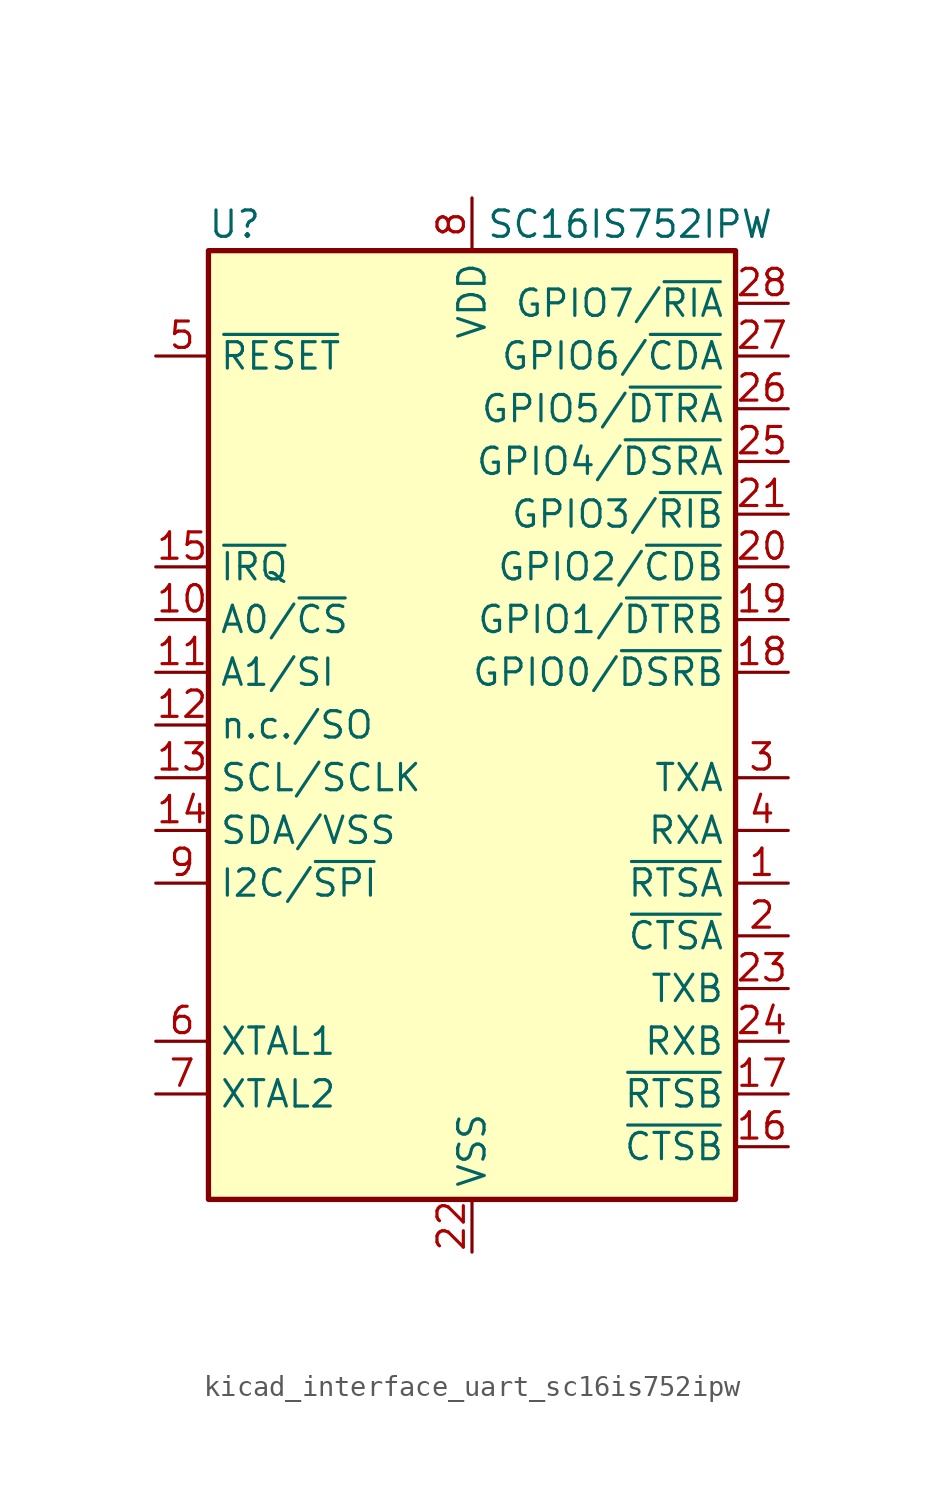
<source format=kicad_sym>
(kicad_symbol_lib
  (version 20220914)
  (generator kicad_symbol_editor)
  (symbol "kicad_interface_uart_sc16is752ipw"
    (property "Reference" "U"
      (at -11.43 24.13 0)
      (effects (font (size 1.27 1.27))))
    (property "Value" "SC16IS752IPW"
      (at 7.62 24.13 0)
      (effects (font (size 1.27 1.27))))
    (symbol "kicad_interface_uart_sc16is752ipw_0_1"
      (rectangle (start -12.7 22.86) (end 12.7 -22.86) (stroke (width 0.254) (type default)) (fill (type background))))
    (symbol "kicad_interface_uart_sc16is752ipw_1_1"
      (pin output line (at 15.24 -7.62 180) (length 2.54) (name "~{RTSA}" (effects (font (size 1.27 1.27)))) (number "1" (effects (font (size 1.27 1.27)))))
      (pin input line (at -15.24 5.08 0) (length 2.54) (name "A0/~{CS}" (effects (font (size 1.27 1.27)))) (number "10" (effects (font (size 1.27 1.27)))))
      (pin input line (at -15.24 2.54 0) (length 2.54) (name "A1/SI" (effects (font (size 1.27 1.27)))) (number "11" (effects (font (size 1.27 1.27)))))
      (pin output line (at -15.24 0 0) (length 2.54) (name "n.c./SO" (effects (font (size 1.27 1.27)))) (number "12" (effects (font (size 1.27 1.27)))))
      (pin input line (at -15.24 -2.54 0) (length 2.54) (name "SCL/SCLK" (effects (font (size 1.27 1.27)))) (number "13" (effects (font (size 1.27 1.27)))))
      (pin bidirectional line (at -15.24 -5.08 0) (length 2.54) (name "SDA/VSS" (effects (font (size 1.27 1.27)))) (number "14" (effects (font (size 1.27 1.27)))))
      (pin open_collector line (at -15.24 7.62 0) (length 2.54) (name "~{IRQ}" (effects (font (size 1.27 1.27)))) (number "15" (effects (font (size 1.27 1.27)))))
      (pin input line (at 15.24 -20.32 180) (length 2.54) (name "~{CTSB}" (effects (font (size 1.27 1.27)))) (number "16" (effects (font (size 1.27 1.27)))))
      (pin output line (at 15.24 -17.78 180) (length 2.54) (name "~{RTSB}" (effects (font (size 1.27 1.27)))) (number "17" (effects (font (size 1.27 1.27)))))
      (pin bidirectional line (at 15.24 2.54 180) (length 2.54) (name "GPIO0/~{DSRB}" (effects (font (size 1.27 1.27)))) (number "18" (effects (font (size 1.27 1.27)))))
      (pin bidirectional line (at 15.24 5.08 180) (length 2.54) (name "GPIO1/~{DTRB}" (effects (font (size 1.27 1.27)))) (number "19" (effects (font (size 1.27 1.27)))))
      (pin input line (at 15.24 -10.16 180) (length 2.54) (name "~{CTSA}" (effects (font (size 1.27 1.27)))) (number "2" (effects (font (size 1.27 1.27)))))
      (pin bidirectional line (at 15.24 7.62 180) (length 2.54) (name "GPIO2/~{CDB}" (effects (font (size 1.27 1.27)))) (number "20" (effects (font (size 1.27 1.27)))))
      (pin bidirectional line (at 15.24 10.16 180) (length 2.54) (name "GPIO3/~{RIB}" (effects (font (size 1.27 1.27)))) (number "21" (effects (font (size 1.27 1.27)))))
      (pin power_in line (at 0 -25.4 90) (length 2.54) (name "VSS" (effects (font (size 1.27 1.27)))) (number "22" (effects (font (size 1.27 1.27)))))
      (pin output line (at 15.24 -12.7 180) (length 2.54) (name "TXB" (effects (font (size 1.27 1.27)))) (number "23" (effects (font (size 1.27 1.27)))))
      (pin input line (at 15.24 -15.24 180) (length 2.54) (name "RXB" (effects (font (size 1.27 1.27)))) (number "24" (effects (font (size 1.27 1.27)))))
      (pin bidirectional line (at 15.24 12.7 180) (length 2.54) (name "GPIO4/~{DSRA}" (effects (font (size 1.27 1.27)))) (number "25" (effects (font (size 1.27 1.27)))))
      (pin bidirectional line (at 15.24 15.24 180) (length 2.54) (name "GPIO5/~{DTRA}" (effects (font (size 1.27 1.27)))) (number "26" (effects (font (size 1.27 1.27)))))
      (pin bidirectional line (at 15.24 17.78 180) (length 2.54) (name "GPIO6/~{CDA}" (effects (font (size 1.27 1.27)))) (number "27" (effects (font (size 1.27 1.27)))))
      (pin bidirectional line (at 15.24 20.32 180) (length 2.54) (name "GPIO7/~{RIA}" (effects (font (size 1.27 1.27)))) (number "28" (effects (font (size 1.27 1.27)))))
      (pin output line (at 15.24 -2.54 180) (length 2.54) (name "TXA" (effects (font (size 1.27 1.27)))) (number "3" (effects (font (size 1.27 1.27)))))
      (pin input line (at 15.24 -5.08 180) (length 2.54) (name "RXA" (effects (font (size 1.27 1.27)))) (number "4" (effects (font (size 1.27 1.27)))))
      (pin input line (at -15.24 17.78 0) (length 2.54) (name "~{RESET}" (effects (font (size 1.27 1.27)))) (number "5" (effects (font (size 1.27 1.27)))))
      (pin input line (at -15.24 -15.24 0) (length 2.54) (name "XTAL1" (effects (font (size 1.27 1.27)))) (number "6" (effects (font (size 1.27 1.27)))))
      (pin output line (at -15.24 -17.78 0) (length 2.54) (name "XTAL2" (effects (font (size 1.27 1.27)))) (number "7" (effects (font (size 1.27 1.27)))))
      (pin power_in line (at 0 25.4 270) (length 2.54) (name "VDD" (effects (font (size 1.27 1.27)))) (number "8" (effects (font (size 1.27 1.27)))))
      (pin input line (at -15.24 -7.62 0) (length 2.54) (name "I2C/~{SPI}" (effects (font (size 1.27 1.27)))) (number "9" (effects (font (size 1.27 1.27))))))))
</source>
